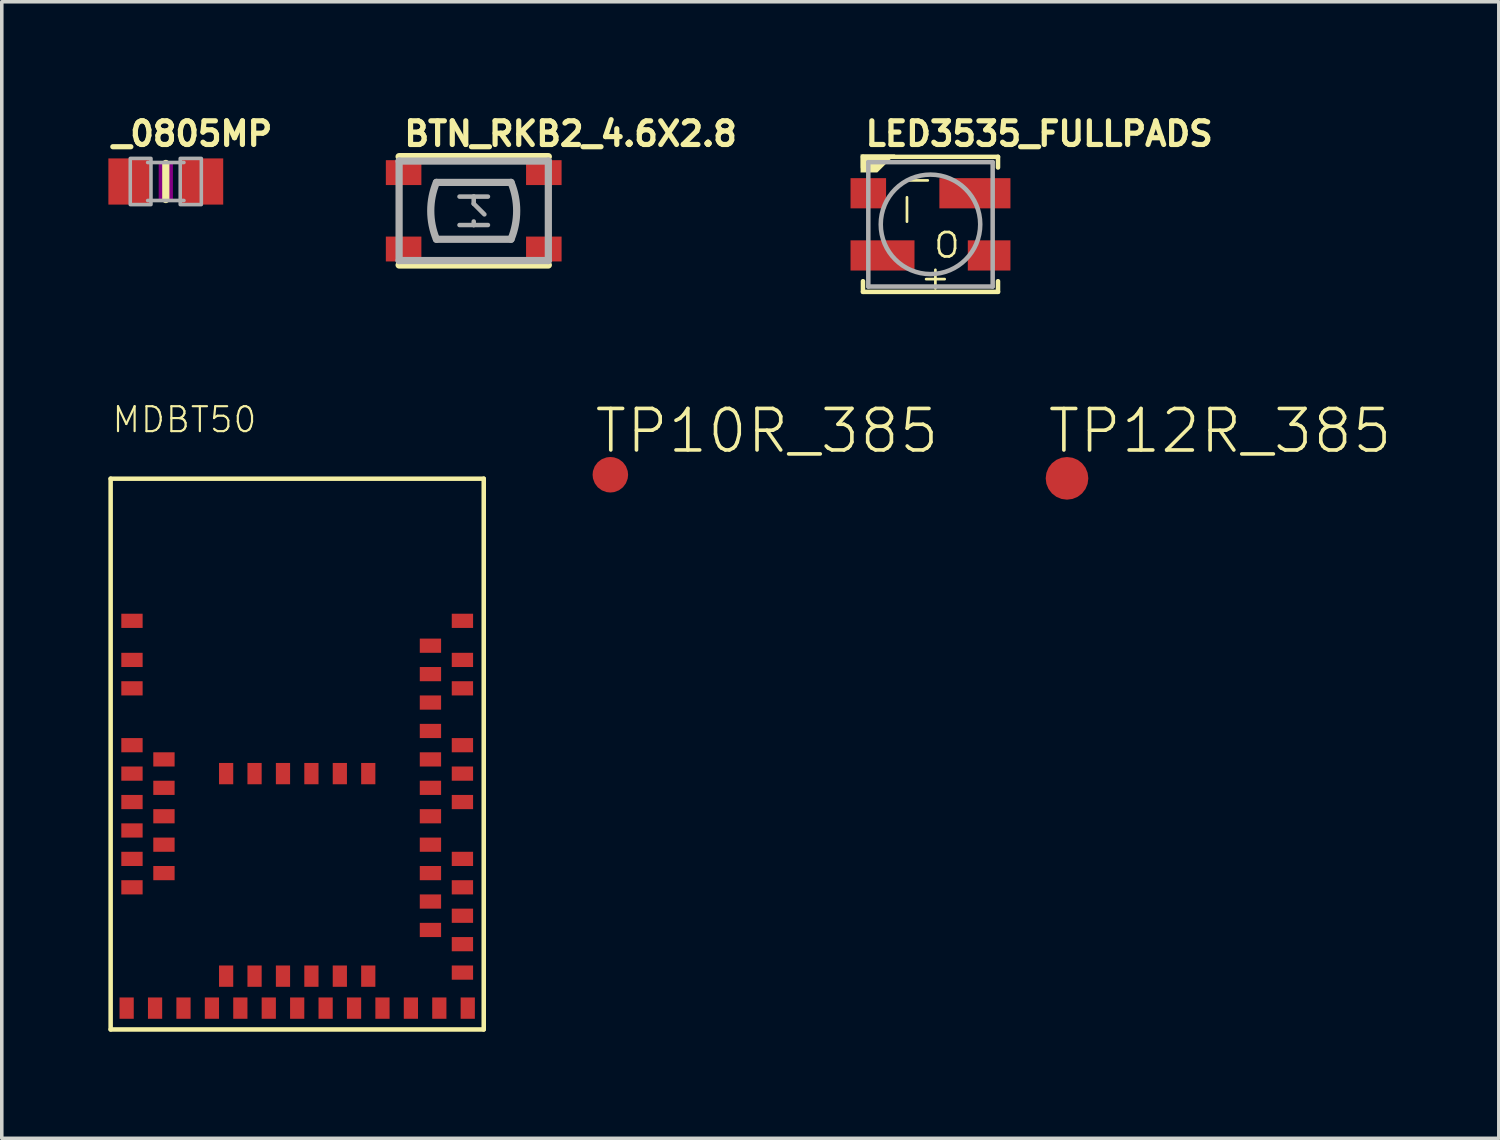
<source format=kicad_pcb>
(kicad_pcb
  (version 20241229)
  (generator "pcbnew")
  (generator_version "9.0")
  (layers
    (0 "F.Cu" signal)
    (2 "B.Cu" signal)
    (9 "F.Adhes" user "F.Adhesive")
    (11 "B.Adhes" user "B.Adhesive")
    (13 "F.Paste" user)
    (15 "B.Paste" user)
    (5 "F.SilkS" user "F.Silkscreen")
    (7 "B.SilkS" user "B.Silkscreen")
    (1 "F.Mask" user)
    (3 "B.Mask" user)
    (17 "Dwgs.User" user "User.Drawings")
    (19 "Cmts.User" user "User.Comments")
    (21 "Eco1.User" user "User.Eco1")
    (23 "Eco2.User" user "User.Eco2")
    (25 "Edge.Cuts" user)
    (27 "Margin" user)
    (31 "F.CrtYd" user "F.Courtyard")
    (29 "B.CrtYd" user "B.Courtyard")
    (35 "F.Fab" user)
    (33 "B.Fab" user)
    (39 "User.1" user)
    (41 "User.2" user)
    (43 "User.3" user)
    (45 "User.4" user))
  (footprint "LED3535_FULLPADS"
    (layer "F.Cu")
    (at 23.137 3.264)
    (property "Reference" "LED3535_FULLPADS" (at -1.905 -2.159 0) (unlocked yes) (layer "F.SilkS") (effects (font (size 0.666 0.666) (thickness 0.146)) (justify left bottom)))
    (fp_line (start -1.9 -1.9) (end 1.9 -1.9) (stroke (width 0.127) (type solid)) (layer "F.SilkS"))
    (fp_line (start -1.9 -1.6) (end -1.9 -1.9) (stroke (width 0.127) (type solid)) (layer "F.SilkS"))
    (fp_line (start -1.9 1.6) (end -1.9 1.9) (stroke (width 0.127) (type solid)) (layer "F.SilkS"))
    (fp_line (start -1.9 1.9) (end 1.9 1.9) (stroke (width 0.127) (type solid)) (layer "F.SilkS"))
    (fp_line (start 1.9 -1.9) (end 1.9 -1.6) (stroke (width 0.127) (type solid)) (layer "F.SilkS"))
    (fp_line (start 1.9 1.9) (end 1.9 1.6) (stroke (width 0.127) (type solid)) (layer "F.SilkS"))
    (fp_poly (pts (xy -1.498 -1.46) (xy -1.968 -1.46) (xy -1.968 -1.968) (xy -0.99 -1.968)) (stroke (width 0) (type default)) (fill yes) (layer "F.SilkS"))
    (fp_line (start -1.75 -1.75) (end 1.75 -1.75) (stroke (width 0.127) (type solid)) (layer "F.Fab"))
    (fp_line (start -1.75 1.75) (end -1.75 -1.75) (stroke (width 0.127) (type solid)) (layer "F.Fab"))
    (fp_line (start 1.75 -1.75) (end 1.75 1.75) (stroke (width 0.127) (type solid)) (layer "F.Fab"))
    (fp_line (start 1.75 1.75) (end -1.75 1.75) (stroke (width 0.127) (type solid)) (layer "F.Fab"))
    (fp_circle (center 0 0) (end 1.4 0) (stroke (width 0.127) (type solid)) (fill no) (layer "F.Fab"))
    (fp_text user "+" (at 0.138 1.489 0) (unlocked yes) (layer "F.SilkS") (effects (font (size 0.686 0.686) (thickness 0.076))))
    (fp_text user "-" (at -0.338 -1.289 0) (unlocked yes) (layer "F.SilkS") (effects (font (size 0.686 0.686) (thickness 0.076))))
    (fp_text user "I" (at -0.662 -0.389 0) (unlocked yes) (layer "F.SilkS") (effects (font (size 0.686 0.686) (thickness 0.076))))
    (fp_text user "O" (at 0.462 0.589 0) (unlocked yes) (layer "F.SilkS") (effects (font (size 0.686 0.686) (thickness 0.076))))
    (pad "1" smd rect (at -1.75 -0.875 90) (size 0.85 1) (layers "F.Cu" "F.Mask" "F.Paste"))
    (pad "2" smd rect (at -1.35 0.875 90) (size 0.85 1.8) (layers "F.Cu" "F.Mask" "F.Paste"))
    (pad "3" smd rect (at 1.65 0.875 90) (size 0.85 1.2) (layers "F.Cu" "F.Mask" "F.Paste"))
    (pad "4" smd rect (at 1.25 -0.875 90) (size 0.85 2) (layers "F.Cu" "F.Mask" "F.Paste")))
  (footprint "TP10R_385"
    (layer "F.Cu")
    (at 14.127 10.311)
    (property "Reference" "TP10R_385" (at -0.5 -0.55 0) (unlocked yes) (layer "F.SilkS") (effects (font (size 1.168 1.168) (thickness 0.102)) (justify left bottom)))
    (pad "TP" smd roundrect (at 0 0) (size 1 1) (layers "F.Cu" "F.Mask") (roundrect_rratio 0.5)))
  (footprint "TP12R_385"
    (layer "F.Cu")
    (at 26.979 10.412)
    (property "Reference" "TP12R_385" (at -0.6 -0.65 0) (unlocked yes) (layer "F.SilkS") (effects (font (size 1.168 1.168) (thickness 0.102)) (justify left bottom)))
    (pad "TP" smd roundrect (at 0 0) (size 1.2 1.2) (layers "F.Cu" "F.Mask") (roundrect_rratio 0.5)))
  (footprint "_0805MP"
    (layer "F.Cu")
    (at 1.616 2.058)
    (property "Reference" "_0805MP" (at -1.587 -0.953 0) (unlocked yes) (layer "F.SilkS") (effects (font (size 0.666 0.666) (thickness 0.146)) (justify left bottom)))
    (fp_line (start 0 -0.508) (end 0 0.508) (stroke (width 0.203) (type solid)) (layer "F.SilkS"))
    (fp_poly (pts (xy -0.2 0.5) (xy 0.2 0.5) (xy 0.2 -0.5) (xy -0.2 -0.5)) (stroke (width 0) (type default)) (fill yes) (layer "F.Adhes"))
    (fp_line (start -0.51 -0.535) (end 0.51 -0.535) (stroke (width 0.102) (type solid)) (layer "F.Fab"))
    (fp_line (start -0.51 0.535) (end 0.51 0.535) (stroke (width 0.102) (type solid)) (layer "F.Fab"))
    (fp_poly (pts (xy -1 0.65) (xy -0.417 0.65) (xy -0.417 -0.65) (xy -1 -0.65)) (stroke (width 0.1) (type default)) (fill no) (layer "F.Fab"))
    (fp_poly (pts (xy 0.406 0.65) (xy 1 0.65) (xy 1 -0.65) (xy 0.406 -0.65)) (stroke (width 0.1) (type default)) (fill no) (layer "F.Fab"))
    (pad "1" smd rect (at -1.016 0) (size 1.2 1.3) (layers "F.Cu" "F.Mask" "F.Paste"))
    (pad "2" smd rect (at 1.016 0) (size 1.2 1.3) (layers "F.Cu" "F.Mask" "F.Paste")))
  (footprint "BTN_RKB2_4.6X2.8"
    (layer "F.Cu")
    (at 10.282 2.883)
    (property "Reference" "BTN_RKB2_4.6X2.8" (at -2.032 -1.778 0) (unlocked yes) (layer "F.SilkS") (effects (font (size 0.666 0.666) (thickness 0.146)) (justify left bottom)))
    (fp_line (start -2.1 -1.525) (end 2.1 -1.525) (stroke (width 0.203) (type solid)) (layer "F.SilkS"))
    (fp_line (start 2.1 1.525) (end -2.1 1.525) (stroke (width 0.203) (type solid)) (layer "F.SilkS"))
    (fp_line (start -2.1 -1.4) (end 2.1 -1.4) (stroke (width 0.203) (type solid)) (layer "F.Fab"))
    (fp_line (start -2.1 1.4) (end -2.1 -1.4) (stroke (width 0.203) (type solid)) (layer "F.Fab"))
    (fp_line (start -1.05 -0.8) (end 1.05 -0.8) (stroke (width 0.203) (type solid)) (layer "F.Fab"))
    (fp_line (start -0.4 -0.4) (end 0 -0.4) (stroke (width 0.127) (type solid)) (layer "F.Fab"))
    (fp_line (start -0.4 0.4) (end 0 0.4) (stroke (width 0.127) (type solid)) (layer "F.Fab"))
    (fp_line (start 0 -0.4) (end 0 -0.2) (stroke (width 0.127) (type solid)) (layer "F.Fab"))
    (fp_line (start 0 -0.4) (end 0.4 -0.4) (stroke (width 0.127) (type solid)) (layer "F.Fab"))
    (fp_line (start 0 -0.2) (end 0.3 0.1) (stroke (width 0.127) (type solid)) (layer "F.Fab"))
    (fp_line (start 0 0.4) (end 0 0.3) (stroke (width 0.127) (type solid)) (layer "F.Fab"))
    (fp_line (start 0 0.4) (end 0.4 0.4) (stroke (width 0.127) (type solid)) (layer "F.Fab"))
    (fp_line (start 1.05 0.8) (end -1.05 0.8) (stroke (width 0.203) (type solid)) (layer "F.Fab"))
    (fp_line (start 2.1 -1.4) (end 2.1 1.4) (stroke (width 0.203) (type solid)) (layer "F.Fab"))
    (fp_line (start 2.1 1.4) (end -2.1 1.4) (stroke (width 0.203) (type solid)) (layer "F.Fab"))
    (fp_arc (start -1.05 0.8) (mid -1.209128 0) (end -1.05 -0.799999) (stroke (width 0.2032) (type solid)) (layer "F.Fab"))
    (fp_arc (start 1.05 -0.8) (mid 1.209128 0) (end 1.05 0.799999) (stroke (width 0.2032) (type solid)) (layer "F.Fab"))
    (pad "A" smd rect (at 1.973 -1.075) (size 1 0.7) (layers "F.Cu" "F.Mask" "F.Paste"))
    (pad "A'" smd rect (at -1.973 -1.075) (size 1 0.7) (layers "F.Cu" "F.Mask" "F.Paste"))
    (pad "B" smd rect (at 1.973 1.075) (size 1 0.7) (layers "F.Cu" "F.Mask" "F.Paste"))
    (pad "B'" smd rect (at -1.973 1.075) (size 1 0.7) (layers "F.Cu" "F.Mask" "F.Paste")))
  (footprint "MDBT50"
    (layer "F.Cu")
    (at 5.314 18.172)
    (property "Reference" "MDBT50" (at -5.25 -9 0) (unlocked yes) (layer "F.SilkS") (effects (font (size 0.701 0.701) (thickness 0.061)) (justify left bottom)))
    (fp_line (start -5.25 -7.75) (end 5.25 -7.75) (stroke (width 0.127) (type solid)) (layer "F.SilkS"))
    (fp_line (start -5.25 7.75) (end -5.25 -7.75) (stroke (width 0.127) (type solid)) (layer "F.SilkS"))
    (fp_line (start 5.25 -7.75) (end 5.25 7.75) (stroke (width 0.127) (type solid)) (layer "F.SilkS"))
    (fp_line (start 5.25 7.75) (end -5.25 7.75) (stroke (width 0.127) (type solid)) (layer "F.SilkS"))
    (pad "1" smd rect (at -4.65 -3.75) (size 0.6 0.4) (layers "F.Cu" "F.Mask" "F.Paste"))
    (pad "2" smd rect (at -4.65 -2.65 180) (size 0.6 0.4) (layers "F.Cu" "F.Mask" "F.Paste"))
    (pad "3" smd rect (at -4.65 -1.85) (size 0.6 0.4) (layers "F.Cu" "F.Mask" "F.Paste"))
    (pad "4" smd rect (at -4.65 -0.25) (size 0.6 0.4) (layers "F.Cu" "F.Mask" "F.Paste"))
    (pad "5" smd rect (at -3.75 0.15) (size 0.6 0.4) (layers "F.Cu" "F.Mask" "F.Paste"))
    (pad "6" smd rect (at -4.65 0.55 180) (size 0.6 0.4) (layers "F.Cu" "F.Mask" "F.Paste"))
    (pad "7" smd rect (at -3.75 0.95) (size 0.6 0.4) (layers "F.Cu" "F.Mask" "F.Paste"))
    (pad "8" smd rect (at -4.65 1.35) (size 0.6 0.4) (layers "F.Cu" "F.Mask" "F.Paste"))
    (pad "9" smd rect (at -3.75 1.75) (size 0.6 0.4) (layers "F.Cu" "F.Mask" "F.Paste"))
    (pad "10" smd rect (at -4.65 2.15) (size 0.6 0.4) (layers "F.Cu" "F.Mask" "F.Paste"))
    (pad "11" smd rect (at -3.75 2.55) (size 0.6 0.4) (layers "F.Cu" "F.Mask" "F.Paste"))
    (pad "12" smd rect (at -4.65 2.95) (size 0.6 0.4) (layers "F.Cu" "F.Mask" "F.Paste"))
    (pad "13" smd rect (at -3.75 3.35) (size 0.6 0.4) (layers "F.Cu" "F.Mask" "F.Paste"))
    (pad "14" smd rect (at -4.65 3.75) (size 0.6 0.4) (layers "F.Cu" "F.Mask" "F.Paste"))
    (pad "15" smd rect (at -4.8 7.15 270) (size 0.6 0.4) (layers "F.Cu" "F.Mask" "F.Paste"))
    (pad "16" smd rect (at -4 7.15 270) (size 0.6 0.4) (layers "F.Cu" "F.Mask" "F.Paste"))
    (pad "17" smd rect (at -3.2 7.15 270) (size 0.6 0.4) (layers "F.Cu" "F.Mask" "F.Paste"))
    (pad "18" smd rect (at -2.4 7.15 90) (size 0.6 0.4) (layers "F.Cu" "F.Mask" "F.Paste"))
    (pad "19" smd rect (at -2 6.25 270) (size 0.6 0.4) (layers "F.Cu" "F.Mask" "F.Paste"))
    (pad "20" smd rect (at -1.6 7.15 90) (size 0.6 0.4) (layers "F.Cu" "F.Mask" "F.Paste"))
    (pad "21" smd rect (at -1.2 6.25 270) (size 0.6 0.4) (layers "F.Cu" "F.Mask" "F.Paste"))
    (pad "22" smd rect (at -0.8 7.15 90) (size 0.6 0.4) (layers "F.Cu" "F.Mask" "F.Paste"))
    (pad "23" smd rect (at -0.4 6.25 270) (size 0.6 0.4) (layers "F.Cu" "F.Mask" "F.Paste"))
    (pad "24" smd rect (at 0 7.15 90) (size 0.6 0.4) (layers "F.Cu" "F.Mask" "F.Paste"))
    (pad "25" smd rect (at 0.4 6.25 270) (size 0.6 0.4) (layers "F.Cu" "F.Mask" "F.Paste"))
    (pad "26" smd rect (at 0.8 7.15 90) (size 0.6 0.4) (layers "F.Cu" "F.Mask" "F.Paste"))
    (pad "27" smd rect (at 1.2 6.25 270) (size 0.6 0.4) (layers "F.Cu" "F.Mask" "F.Paste"))
    (pad "28" smd rect (at 1.6 7.15 90) (size 0.6 0.4) (layers "F.Cu" "F.Mask" "F.Paste"))
    (pad "29" smd rect (at 2 6.25 270) (size 0.6 0.4) (layers "F.Cu" "F.Mask" "F.Paste"))
    (pad "30" smd rect (at 2.4 7.15 90) (size 0.6 0.4) (layers "F.Cu" "F.Mask" "F.Paste"))
    (pad "31" smd rect (at 3.2 7.15 270) (size 0.6 0.4) (layers "F.Cu" "F.Mask" "F.Paste"))
    (pad "32" smd rect (at 4 7.15 270) (size 0.6 0.4) (layers "F.Cu" "F.Mask" "F.Paste"))
    (pad "33" smd rect (at 4.8 7.15 270) (size 0.6 0.4) (layers "F.Cu" "F.Mask" "F.Paste"))
    (pad "34" smd rect (at 4.65 6.15 180) (size 0.6 0.4) (layers "F.Cu" "F.Mask" "F.Paste"))
    (pad "35" smd rect (at 4.65 5.35 180) (size 0.6 0.4) (layers "F.Cu" "F.Mask" "F.Paste"))
    (pad "36" smd rect (at 3.75 4.95 180) (size 0.6 0.4) (layers "F.Cu" "F.Mask" "F.Paste"))
    (pad "37" smd rect (at 4.65 4.55 180) (size 0.6 0.4) (layers "F.Cu" "F.Mask" "F.Paste"))
    (pad "38" smd rect (at 3.75 4.15 180) (size 0.6 0.4) (layers "F.Cu" "F.Mask" "F.Paste"))
    (pad "39" smd rect (at 4.65 3.75 180) (size 0.6 0.4) (layers "F.Cu" "F.Mask" "F.Paste"))
    (pad "40" smd rect (at 3.75 3.35 180) (size 0.6 0.4) (layers "F.Cu" "F.Mask" "F.Paste"))
    (pad "41" smd rect (at 4.65 2.95 180) (size 0.6 0.4) (layers "F.Cu" "F.Mask" "F.Paste"))
    (pad "42" smd rect (at 3.75 2.55 180) (size 0.6 0.4) (layers "F.Cu" "F.Mask" "F.Paste"))
    (pad "43" smd rect (at 3.75 1.75 180) (size 0.6 0.4) (layers "F.Cu" "F.Mask" "F.Paste"))
    (pad "44" smd rect (at 4.65 1.35 180) (size 0.6 0.4) (layers "F.Cu" "F.Mask" "F.Paste"))
    (pad "45" smd rect (at 3.75 0.95 180) (size 0.6 0.4) (layers "F.Cu" "F.Mask" "F.Paste"))
    (pad "46" smd rect (at 4.65 0.55 180) (size 0.6 0.4) (layers "F.Cu" "F.Mask" "F.Paste"))
    (pad "47" smd rect (at 3.75 0.15 180) (size 0.6 0.4) (layers "F.Cu" "F.Mask" "F.Paste"))
    (pad "48" smd rect (at 4.65 -0.25 180) (size 0.6 0.4) (layers "F.Cu" "F.Mask" "F.Paste"))
    (pad "49" smd rect (at 3.75 -0.65 180) (size 0.6 0.4) (layers "F.Cu" "F.Mask" "F.Paste"))
    (pad "50" smd rect (at 3.75 -1.45 180) (size 0.6 0.4) (layers "F.Cu" "F.Mask" "F.Paste"))
    (pad "51" smd rect (at 4.65 -1.85 180) (size 0.6 0.4) (layers "F.Cu" "F.Mask" "F.Paste"))
    (pad "52" smd rect (at 3.75 -2.25 180) (size 0.6 0.4) (layers "F.Cu" "F.Mask" "F.Paste"))
    (pad "53" smd rect (at 4.65 -2.65 180) (size 0.6 0.4) (layers "F.Cu" "F.Mask" "F.Paste"))
    (pad "54" smd rect (at 3.75 -3.05 180) (size 0.6 0.4) (layers "F.Cu" "F.Mask" "F.Paste"))
    (pad "55" smd rect (at 4.65 -3.75 180) (size 0.6 0.4) (layers "F.Cu" "F.Mask" "F.Paste"))
    (pad "56" smd rect (at -2 0.55 270) (size 0.6 0.4) (layers "F.Cu" "F.Mask" "F.Paste"))
    (pad "57" smd rect (at -1.2 0.55 270) (size 0.6 0.4) (layers "F.Cu" "F.Mask" "F.Paste"))
    (pad "58" smd rect (at -0.4 0.55 270) (size 0.6 0.4) (layers "F.Cu" "F.Mask" "F.Paste"))
    (pad "59" smd rect (at 0.4 0.55 270) (size 0.6 0.4) (layers "F.Cu" "F.Mask" "F.Paste"))
    (pad "60" smd rect (at 1.2 0.55 270) (size 0.6 0.4) (layers "F.Cu" "F.Mask" "F.Paste"))
    (pad "61" smd rect (at 2 0.55 270) (size 0.6 0.4) (layers "F.Cu" "F.Mask" "F.Paste")))
  (gr_rect
    (start -3 -3)
    (end 39.131 28.986)
    (stroke (width 0.1) (type default))
    (fill no)
    (layer "Edge.Cuts")))
</source>
